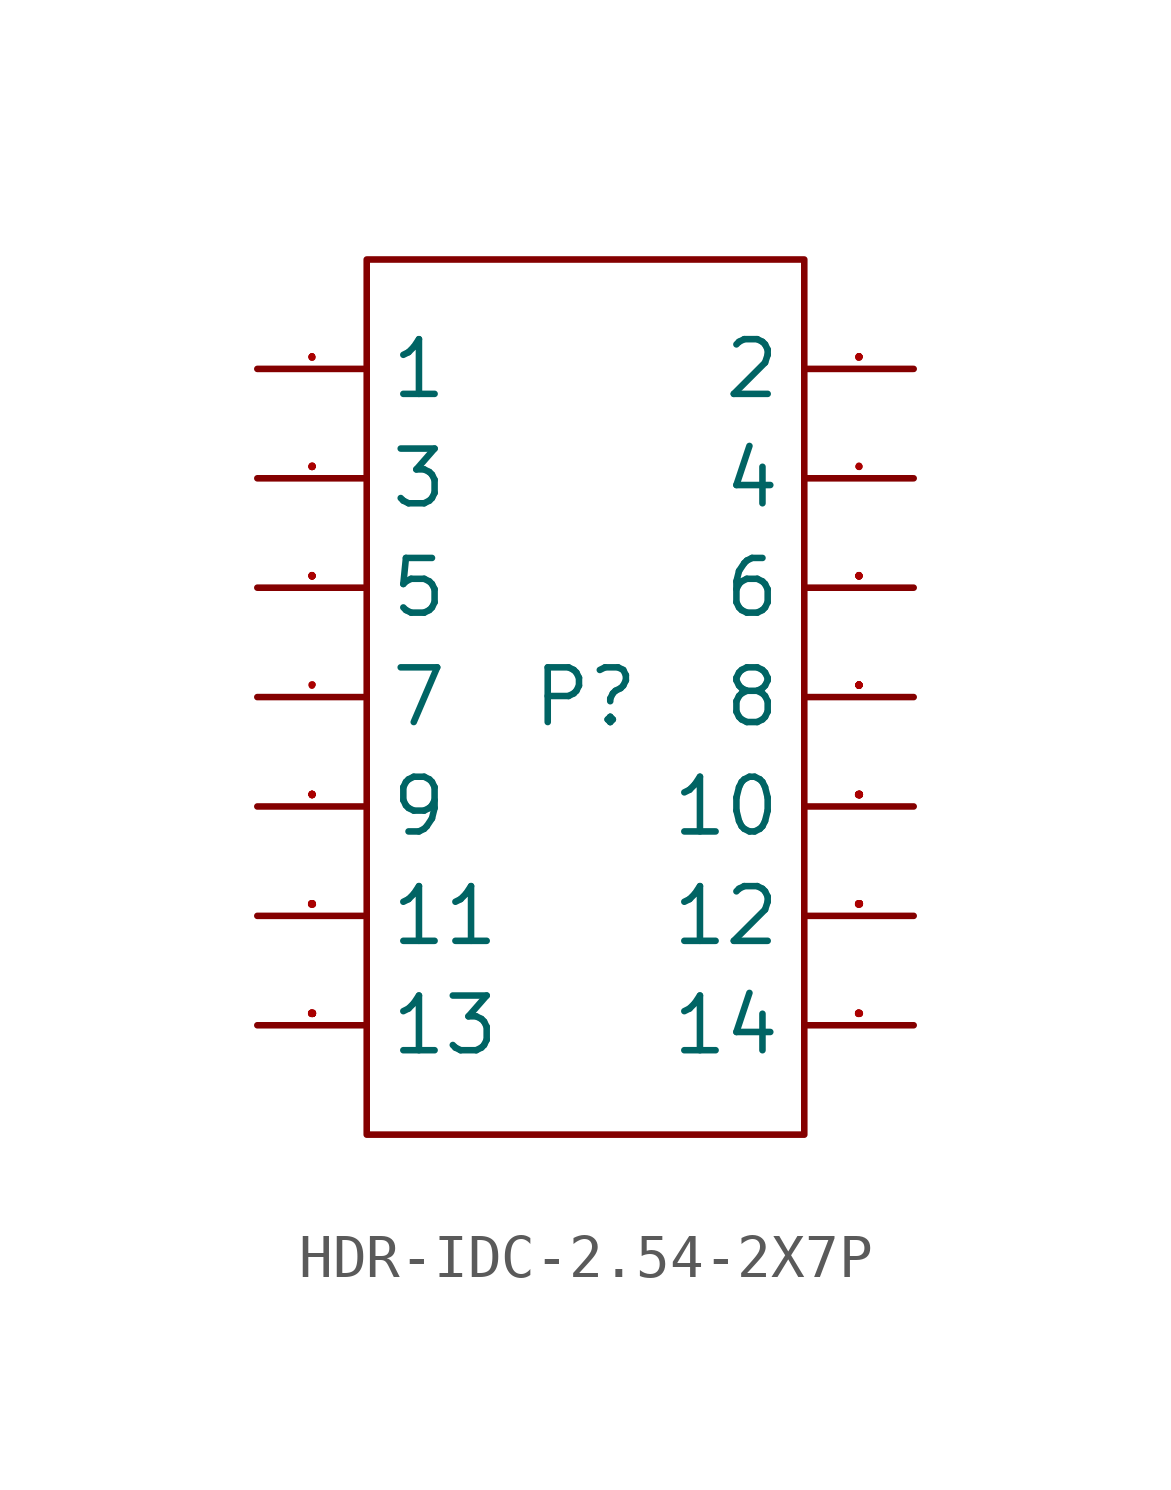
<source format=kicad_sym>
(kicad_symbol_lib
  (version 20231120)
  (generator "kicad_symbol_editor")
  (generator_version "8.0")
  (symbol "HDR-IDC-2.54-2X7P"
    (property "Reference" "P"
      (at 0 0 0)
      (effects (font (size 1.27 1.27))))
    (property "Value" ""
      (at 0 0 0)
      (effects (font (size 1.27 1.27))))
    (symbol "HDR-IDC-2.54-2X7P_1_0"
      (rectangle (start -5.08 -10.16) (end 5.08 10.16) (stroke (width 0) (type default)) (fill (type none)))
      (pin input line (at -7.62 7.62 0) (length 2.54) (name "1" (effects (font (size 1.27 1.27)))) (number "1" (effects (font (size 0.025 0.025)))))
      (pin input line (at 7.62 -2.54 180) (length 2.54) (name "10" (effects (font (size 1.27 1.27)))) (number "10" (effects (font (size 0.025 0.025)))))
      (pin input line (at -7.62 -5.08 0) (length 2.54) (name "11" (effects (font (size 1.27 1.27)))) (number "11" (effects (font (size 0.025 0.025)))))
      (pin input line (at 7.62 -5.08 180) (length 2.54) (name "12" (effects (font (size 1.27 1.27)))) (number "12" (effects (font (size 0.025 0.025)))))
      (pin input line (at -7.62 -7.62 0) (length 2.54) (name "13" (effects (font (size 1.27 1.27)))) (number "13" (effects (font (size 0.025 0.025)))))
      (pin input line (at 7.62 -7.62 180) (length 2.54) (name "14" (effects (font (size 1.27 1.27)))) (number "14" (effects (font (size 0.025 0.025)))))
      (pin input line (at 7.62 7.62 180) (length 2.54) (name "2" (effects (font (size 1.27 1.27)))) (number "2" (effects (font (size 0.025 0.025)))))
      (pin input line (at -7.62 5.08 0) (length 2.54) (name "3" (effects (font (size 1.27 1.27)))) (number "3" (effects (font (size 0.025 0.025)))))
      (pin input line (at 7.62 5.08 180) (length 2.54) (name "4" (effects (font (size 1.27 1.27)))) (number "4" (effects (font (size 0.025 0.025)))))
      (pin input line (at -7.62 2.54 0) (length 2.54) (name "5" (effects (font (size 1.27 1.27)))) (number "5" (effects (font (size 0.025 0.025)))))
      (pin input line (at 7.62 2.54 180) (length 2.54) (name "6" (effects (font (size 1.27 1.27)))) (number "6" (effects (font (size 0.025 0.025)))))
      (pin input line (at -7.62 0 0) (length 2.54) (name "7" (effects (font (size 1.27 1.27)))) (number "7" (effects (font (size 0.025 0.025)))))
      (pin input line (at 7.62 0 180) (length 2.54) (name "8" (effects (font (size 1.27 1.27)))) (number "8" (effects (font (size 0.025 0.025)))))
      (pin input line (at -7.62 -2.54 0) (length 2.54) (name "9" (effects (font (size 1.27 1.27)))) (number "9" (effects (font (size 0.025 0.025))))))))
</source>
